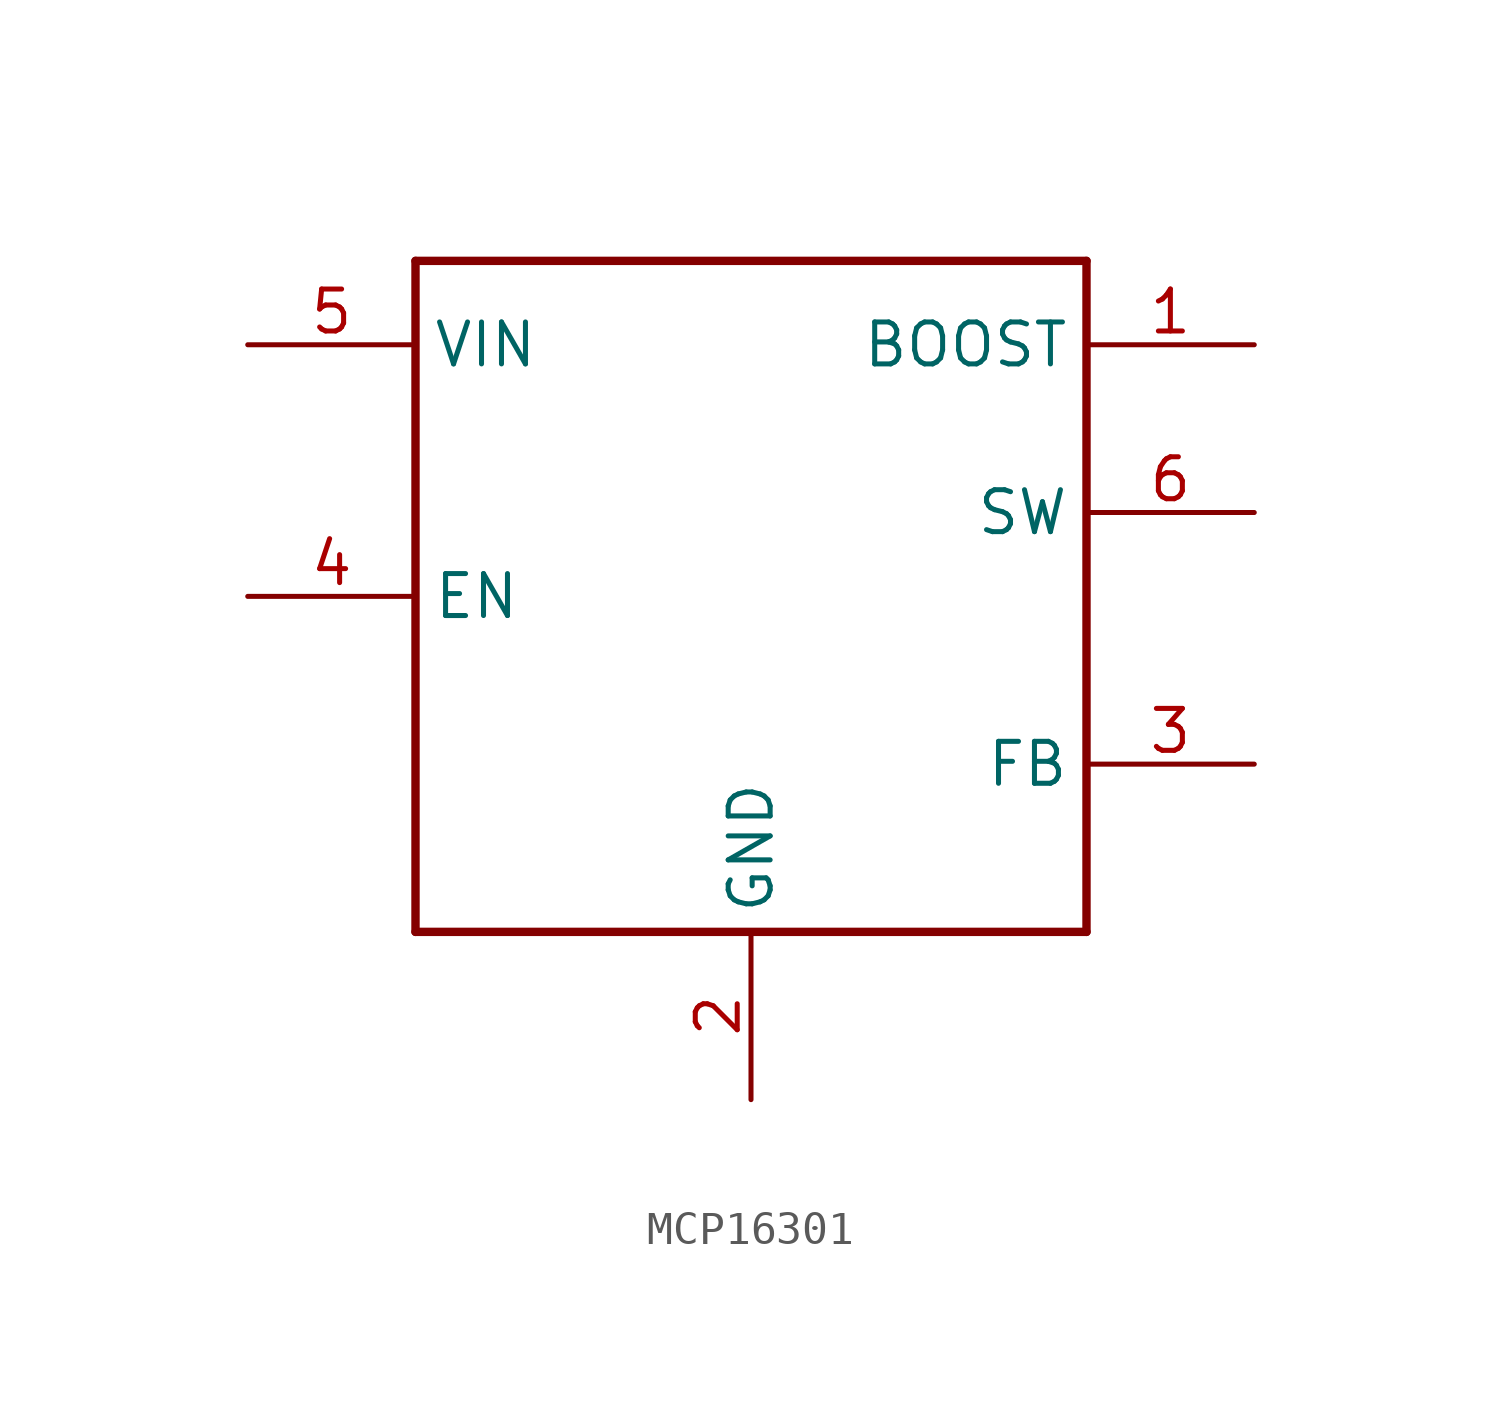
<source format=kicad_sym>
(kicad_symbol_lib
  (version 20231120)
  (generator "kicad_symbol_editor")
  (generator_version "8.0")
  (symbol "MCP16301"
    (property "Reference" ""
      (at -10.16 10.795 0)
      (effects (font (size 1.778 1.511)) (justify left bottom) (hide yes)))
    (property "Value" ""
      (at 1.905 10.795 0)
      (effects (font (size 1.778 1.511)) (justify left bottom)))
    (property "ki_locked" ""
      (at 0 0 0)
      (effects (font (size 1.27 1.27))))
    (symbol "MCP16301_1_0"
      (polyline (pts (xy -10.16 -10.16) (xy 10.16 -10.16)) (stroke (width 0.254) (type solid)) (fill (type none)))
      (polyline (pts (xy -10.16 10.16) (xy -10.16 -10.16)) (stroke (width 0.254) (type solid)) (fill (type none)))
      (polyline (pts (xy 10.16 -10.16) (xy 10.16 10.16)) (stroke (width 0.254) (type solid)) (fill (type none)))
      (polyline (pts (xy 10.16 10.16) (xy -10.16 10.16)) (stroke (width 0.254) (type solid)) (fill (type none)))
      (pin bidirectional line (at 15.24 7.62 180) (length 5.08) (name "BOOST" (effects (font (size 1.27 1.27)))) (number "1" (effects (font (size 1.27 1.27)))))
      (pin bidirectional line (at 0 -15.24 90) (length 5.08) (name "GND" (effects (font (size 1.27 1.27)))) (number "2" (effects (font (size 1.27 1.27)))))
      (pin bidirectional line (at 15.24 -5.08 180) (length 5.08) (name "FB" (effects (font (size 1.27 1.27)))) (number "3" (effects (font (size 1.27 1.27)))))
      (pin bidirectional line (at -15.24 0 0) (length 5.08) (name "EN" (effects (font (size 1.27 1.27)))) (number "4" (effects (font (size 1.27 1.27)))))
      (pin bidirectional line (at -15.24 7.62 0) (length 5.08) (name "VIN" (effects (font (size 1.27 1.27)))) (number "5" (effects (font (size 1.27 1.27)))))
      (pin bidirectional line (at 15.24 2.54 180) (length 5.08) (name "SW" (effects (font (size 1.27 1.27)))) (number "6" (effects (font (size 1.27 1.27))))))))
</source>
